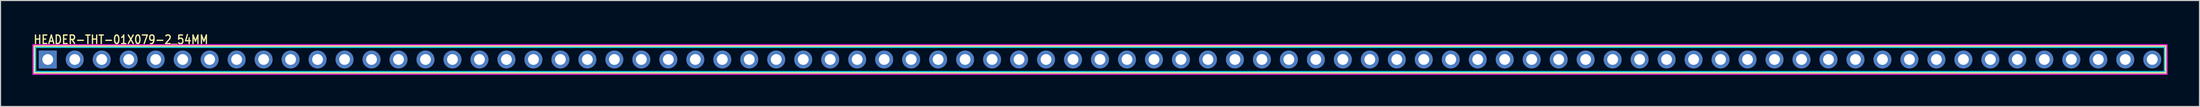
<source format=kicad_pcb>
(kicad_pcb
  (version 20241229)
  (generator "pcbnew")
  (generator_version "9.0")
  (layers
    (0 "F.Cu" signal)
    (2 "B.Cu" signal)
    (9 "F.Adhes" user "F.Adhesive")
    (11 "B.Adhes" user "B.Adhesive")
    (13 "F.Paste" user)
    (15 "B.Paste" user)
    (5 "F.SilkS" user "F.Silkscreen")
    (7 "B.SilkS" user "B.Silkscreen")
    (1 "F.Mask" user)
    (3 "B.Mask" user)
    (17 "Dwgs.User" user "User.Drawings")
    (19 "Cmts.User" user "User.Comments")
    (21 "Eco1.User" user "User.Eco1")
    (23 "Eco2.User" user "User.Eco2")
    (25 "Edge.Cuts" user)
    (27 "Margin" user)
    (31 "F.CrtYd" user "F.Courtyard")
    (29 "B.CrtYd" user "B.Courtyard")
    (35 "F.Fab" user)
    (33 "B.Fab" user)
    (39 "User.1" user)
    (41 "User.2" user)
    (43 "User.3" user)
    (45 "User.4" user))
  (footprint "HEADER-THT-01X079-2_54MM"
    (layer "F.Cu")
    (at 1.447 2.579)
    (property "Reference" "HEADER-THT-01X079-2_54MM" (at -1.4 -1.4 0) (unlocked yes) (layer "F.SilkS") (effects (font (size 0.813 0.695) (thickness 0.122)) (justify left bottom)))
    (fp_line (start -1.27 -1.27) (end -1.27 1.27) (stroke (width 0.127) (type solid)) (layer "F.SilkS"))
    (fp_line (start -1.27 1.27) (end 199.39 1.27) (stroke (width 0.127) (type solid)) (layer "F.SilkS"))
    (fp_line (start 199.39 -1.27) (end -1.27 -1.27) (stroke (width 0.127) (type solid)) (layer "F.SilkS"))
    (fp_line (start 199.39 1.27) (end 199.39 -1.27) (stroke (width 0.127) (type solid)) (layer "F.SilkS"))
    (fp_poly (pts (xy -1.143 -1.143) (xy 199.263 -1.143) (xy 199.263 1.143) (xy -1.143 1.143)) (stroke (width 0.1) (type solid)) (fill no) (layer "B.CrtYd"))
    (fp_poly (pts (xy -1.397 -1.397) (xy 199.517 -1.397) (xy 199.517 1.397) (xy -1.397 1.397)) (stroke (width 0.1) (type solid)) (fill no) (layer "F.CrtYd"))
    (pad "1" thru_hole rect (at 0 0) (size 1.693 1.693) (drill 1.016) (layers "*.Cu" "*.Mask"))
    (pad "2" thru_hole oval (at 2.54 0) (size 1.693 1.693) (drill 1.016) (layers "*.Cu" "*.Mask"))
    (pad "3" thru_hole oval (at 5.08 0) (size 1.693 1.693) (drill 1.016) (layers "*.Cu" "*.Mask"))
    (pad "4" thru_hole oval (at 7.62 0) (size 1.693 1.693) (drill 1.016) (layers "*.Cu" "*.Mask"))
    (pad "5" thru_hole oval (at 10.16 0) (size 1.693 1.693) (drill 1.016) (layers "*.Cu" "*.Mask"))
    (pad "6" thru_hole oval (at 12.7 0) (size 1.693 1.693) (drill 1.016) (layers "*.Cu" "*.Mask"))
    (pad "7" thru_hole oval (at 15.24 0) (size 1.693 1.693) (drill 1.016) (layers "*.Cu" "*.Mask"))
    (pad "8" thru_hole oval (at 17.78 0) (size 1.693 1.693) (drill 1.016) (layers "*.Cu" "*.Mask"))
    (pad "9" thru_hole oval (at 20.32 0) (size 1.693 1.693) (drill 1.016) (layers "*.Cu" "*.Mask"))
    (pad "10" thru_hole oval (at 22.86 0) (size 1.693 1.693) (drill 1.016) (layers "*.Cu" "*.Mask"))
    (pad "11" thru_hole oval (at 25.4 0) (size 1.693 1.693) (drill 1.016) (layers "*.Cu" "*.Mask"))
    (pad "12" thru_hole oval (at 27.94 0) (size 1.693 1.693) (drill 1.016) (layers "*.Cu" "*.Mask"))
    (pad "13" thru_hole oval (at 30.48 0) (size 1.693 1.693) (drill 1.016) (layers "*.Cu" "*.Mask"))
    (pad "14" thru_hole oval (at 33.02 0) (size 1.693 1.693) (drill 1.016) (layers "*.Cu" "*.Mask"))
    (pad "15" thru_hole oval (at 35.56 0) (size 1.693 1.693) (drill 1.016) (layers "*.Cu" "*.Mask"))
    (pad "16" thru_hole oval (at 38.1 0) (size 1.693 1.693) (drill 1.016) (layers "*.Cu" "*.Mask"))
    (pad "17" thru_hole oval (at 40.64 0) (size 1.693 1.693) (drill 1.016) (layers "*.Cu" "*.Mask"))
    (pad "18" thru_hole oval (at 43.18 0) (size 1.693 1.693) (drill 1.016) (layers "*.Cu" "*.Mask"))
    (pad "19" thru_hole oval (at 45.72 0) (size 1.693 1.693) (drill 1.016) (layers "*.Cu" "*.Mask"))
    (pad "20" thru_hole oval (at 48.26 0) (size 1.693 1.693) (drill 1.016) (layers "*.Cu" "*.Mask"))
    (pad "21" thru_hole oval (at 50.8 0) (size 1.693 1.693) (drill 1.016) (layers "*.Cu" "*.Mask"))
    (pad "22" thru_hole oval (at 53.34 0) (size 1.693 1.693) (drill 1.016) (layers "*.Cu" "*.Mask"))
    (pad "23" thru_hole oval (at 55.88 0) (size 1.693 1.693) (drill 1.016) (layers "*.Cu" "*.Mask"))
    (pad "24" thru_hole oval (at 58.42 0) (size 1.693 1.693) (drill 1.016) (layers "*.Cu" "*.Mask"))
    (pad "25" thru_hole oval (at 60.96 0) (size 1.693 1.693) (drill 1.016) (layers "*.Cu" "*.Mask"))
    (pad "26" thru_hole oval (at 63.5 0) (size 1.693 1.693) (drill 1.016) (layers "*.Cu" "*.Mask"))
    (pad "27" thru_hole oval (at 66.04 0) (size 1.693 1.693) (drill 1.016) (layers "*.Cu" "*.Mask"))
    (pad "28" thru_hole oval (at 68.58 0) (size 1.693 1.693) (drill 1.016) (layers "*.Cu" "*.Mask"))
    (pad "29" thru_hole oval (at 71.12 0) (size 1.693 1.693) (drill 1.016) (layers "*.Cu" "*.Mask"))
    (pad "30" thru_hole oval (at 73.66 0) (size 1.693 1.693) (drill 1.016) (layers "*.Cu" "*.Mask"))
    (pad "31" thru_hole oval (at 76.2 0) (size 1.693 1.693) (drill 1.016) (layers "*.Cu" "*.Mask"))
    (pad "32" thru_hole oval (at 78.74 0) (size 1.693 1.693) (drill 1.016) (layers "*.Cu" "*.Mask"))
    (pad "33" thru_hole oval (at 81.28 0) (size 1.693 1.693) (drill 1.016) (layers "*.Cu" "*.Mask"))
    (pad "34" thru_hole oval (at 83.82 0) (size 1.693 1.693) (drill 1.016) (layers "*.Cu" "*.Mask"))
    (pad "35" thru_hole oval (at 86.36 0) (size 1.693 1.693) (drill 1.016) (layers "*.Cu" "*.Mask"))
    (pad "36" thru_hole oval (at 88.9 0) (size 1.693 1.693) (drill 1.016) (layers "*.Cu" "*.Mask"))
    (pad "37" thru_hole oval (at 91.44 0) (size 1.693 1.693) (drill 1.016) (layers "*.Cu" "*.Mask"))
    (pad "38" thru_hole oval (at 93.98 0) (size 1.693 1.693) (drill 1.016) (layers "*.Cu" "*.Mask"))
    (pad "39" thru_hole oval (at 96.52 0) (size 1.693 1.693) (drill 1.016) (layers "*.Cu" "*.Mask"))
    (pad "40" thru_hole oval (at 99.06 0) (size 1.693 1.693) (drill 1.016) (layers "*.Cu" "*.Mask"))
    (pad "41" thru_hole oval (at 101.6 0) (size 1.693 1.693) (drill 1.016) (layers "*.Cu" "*.Mask"))
    (pad "42" thru_hole oval (at 104.14 0) (size 1.693 1.693) (drill 1.016) (layers "*.Cu" "*.Mask"))
    (pad "43" thru_hole oval (at 106.68 0) (size 1.693 1.693) (drill 1.016) (layers "*.Cu" "*.Mask"))
    (pad "44" thru_hole oval (at 109.22 0) (size 1.693 1.693) (drill 1.016) (layers "*.Cu" "*.Mask"))
    (pad "45" thru_hole oval (at 111.76 0) (size 1.693 1.693) (drill 1.016) (layers "*.Cu" "*.Mask"))
    (pad "46" thru_hole oval (at 114.3 0) (size 1.693 1.693) (drill 1.016) (layers "*.Cu" "*.Mask"))
    (pad "47" thru_hole oval (at 116.84 0) (size 1.693 1.693) (drill 1.016) (layers "*.Cu" "*.Mask"))
    (pad "48" thru_hole oval (at 119.38 0) (size 1.693 1.693) (drill 1.016) (layers "*.Cu" "*.Mask"))
    (pad "49" thru_hole oval (at 121.92 0) (size 1.693 1.693) (drill 1.016) (layers "*.Cu" "*.Mask"))
    (pad "50" thru_hole oval (at 124.46 0) (size 1.693 1.693) (drill 1.016) (layers "*.Cu" "*.Mask"))
    (pad "51" thru_hole oval (at 127 0) (size 1.693 1.693) (drill 1.016) (layers "*.Cu" "*.Mask"))
    (pad "52" thru_hole oval (at 129.54 0) (size 1.693 1.693) (drill 1.016) (layers "*.Cu" "*.Mask"))
    (pad "53" thru_hole oval (at 132.08 0) (size 1.693 1.693) (drill 1.016) (layers "*.Cu" "*.Mask"))
    (pad "54" thru_hole oval (at 134.62 0) (size 1.693 1.693) (drill 1.016) (layers "*.Cu" "*.Mask"))
    (pad "55" thru_hole oval (at 137.16 0) (size 1.693 1.693) (drill 1.016) (layers "*.Cu" "*.Mask"))
    (pad "56" thru_hole oval (at 139.7 0) (size 1.693 1.693) (drill 1.016) (layers "*.Cu" "*.Mask"))
    (pad "57" thru_hole oval (at 142.24 0) (size 1.693 1.693) (drill 1.016) (layers "*.Cu" "*.Mask"))
    (pad "58" thru_hole oval (at 144.78 0) (size 1.693 1.693) (drill 1.016) (layers "*.Cu" "*.Mask"))
    (pad "59" thru_hole oval (at 147.32 0) (size 1.693 1.693) (drill 1.016) (layers "*.Cu" "*.Mask"))
    (pad "60" thru_hole oval (at 149.86 0) (size 1.693 1.693) (drill 1.016) (layers "*.Cu" "*.Mask"))
    (pad "61" thru_hole oval (at 152.4 0) (size 1.693 1.693) (drill 1.016) (layers "*.Cu" "*.Mask"))
    (pad "62" thru_hole oval (at 154.94 0) (size 1.693 1.693) (drill 1.016) (layers "*.Cu" "*.Mask"))
    (pad "63" thru_hole oval (at 157.48 0) (size 1.693 1.693) (drill 1.016) (layers "*.Cu" "*.Mask"))
    (pad "64" thru_hole oval (at 160.02 0) (size 1.693 1.693) (drill 1.016) (layers "*.Cu" "*.Mask"))
    (pad "65" thru_hole oval (at 162.56 0) (size 1.693 1.693) (drill 1.016) (layers "*.Cu" "*.Mask"))
    (pad "66" thru_hole oval (at 165.1 0) (size 1.693 1.693) (drill 1.016) (layers "*.Cu" "*.Mask"))
    (pad "67" thru_hole oval (at 167.64 0) (size 1.693 1.693) (drill 1.016) (layers "*.Cu" "*.Mask"))
    (pad "68" thru_hole oval (at 170.18 0) (size 1.693 1.693) (drill 1.016) (layers "*.Cu" "*.Mask"))
    (pad "69" thru_hole oval (at 172.72 0) (size 1.693 1.693) (drill 1.016) (layers "*.Cu" "*.Mask"))
    (pad "70" thru_hole oval (at 175.26 0) (size 1.693 1.693) (drill 1.016) (layers "*.Cu" "*.Mask"))
    (pad "71" thru_hole oval (at 177.8 0) (size 1.693 1.693) (drill 1.016) (layers "*.Cu" "*.Mask"))
    (pad "72" thru_hole oval (at 180.34 0) (size 1.693 1.693) (drill 1.016) (layers "*.Cu" "*.Mask"))
    (pad "73" thru_hole oval (at 182.88 0) (size 1.693 1.693) (drill 1.016) (layers "*.Cu" "*.Mask"))
    (pad "74" thru_hole oval (at 185.42 0) (size 1.693 1.693) (drill 1.016) (layers "*.Cu" "*.Mask"))
    (pad "75" thru_hole oval (at 187.96 0) (size 1.693 1.693) (drill 1.016) (layers "*.Cu" "*.Mask"))
    (pad "76" thru_hole oval (at 190.5 0) (size 1.693 1.693) (drill 1.016) (layers "*.Cu" "*.Mask"))
    (pad "77" thru_hole oval (at 193.04 0) (size 1.693 1.693) (drill 1.016) (layers "*.Cu" "*.Mask"))
    (pad "78" thru_hole oval (at 195.58 0) (size 1.693 1.693) (drill 1.016) (layers "*.Cu" "*.Mask"))
    (pad "79" thru_hole oval (at 198.12 0) (size 1.693 1.693) (drill 1.016) (layers "*.Cu" "*.Mask")))
  (gr_rect
    (start -3 -3)
    (end 204.014 7.026)
    (stroke (width 0.1) (type default))
    (fill no)
    (layer "Edge.Cuts")))
</source>
